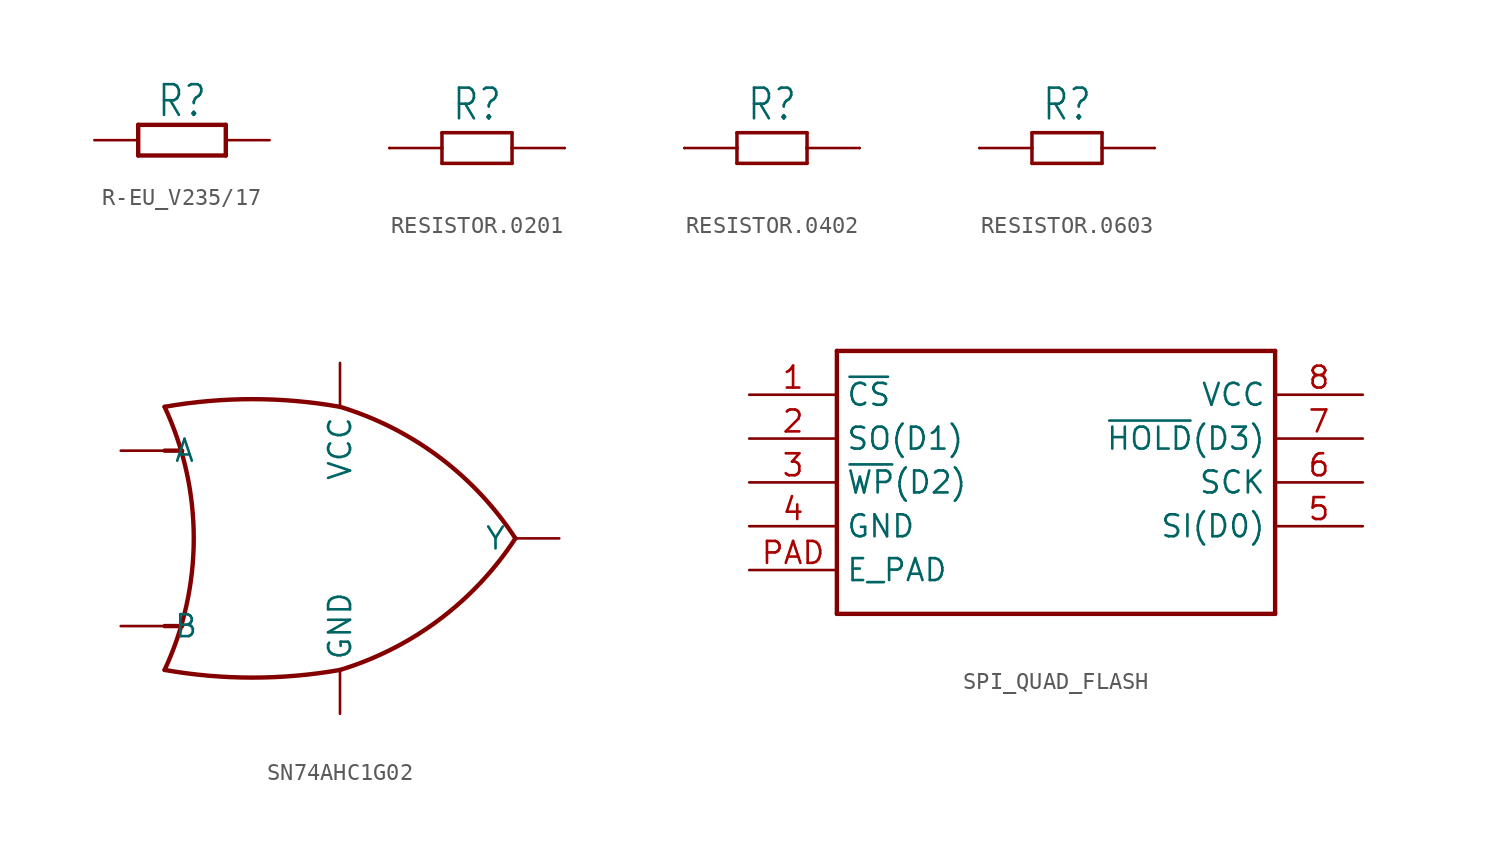
<source format=kicad_sym>
(kicad_symbol_lib
  (version 20220914)
  (generator kicad_symbol_editor)
  (symbol "R-EU_V235/17"
    (property "Reference" "R"
      (at 0 1.245 0)
      (effects (font (size 1.778 1.511)) (justify bottom)))
    (property "Value" ""
      (at 0 -1.27 0)
      (effects (font (size 1.778 1.511)) (justify top)))
    (property "ki_locked" ""
      (at 0 0 0)
      (effects (font (size 1.27 1.27))))
    (symbol "R-EU_V235/17_1_0"
      (polyline (pts (xy -2.54 -0.889) (xy -2.54 0.889)) (stroke (width 0.254) (type solid)) (fill (type none)))
      (polyline (pts (xy -2.54 -0.889) (xy 2.54 -0.889)) (stroke (width 0.254) (type solid)) (fill (type none)))
      (polyline (pts (xy 2.54 -0.889) (xy 2.54 0.889)) (stroke (width 0.254) (type solid)) (fill (type none)))
      (polyline (pts (xy 2.54 0.889) (xy -2.54 0.889)) (stroke (width 0.254) (type solid)) (fill (type none)))
      (pin passive line (at -5.08 0 0) (length 2.54) (name "1" (effects (font (size 0 0)))) (number "1" (effects (font (size 0 0)))))
      (pin passive line (at 5.08 0 180) (length 2.54) (name "2" (effects (font (size 0 0)))) (number "2" (effects (font (size 0 0)))))))
  (symbol "RESISTOR.0201"
    (property "Reference" "R"
      (at 0 2.54 0)
      (effects (font (size 1.778 1.511))))
    (property "Value" ""
      (at 0 -2.54 0)
      (effects (font (size 1.778 1.511))))
    (property "ki_locked" ""
      (at 0 0 0)
      (effects (font (size 1.27 1.27))))
    (symbol "RESISTOR.0201_1_0"
      (polyline (pts (xy -5.08 0) (xy -2.032 0)) (stroke (width 0.152) (type solid)) (fill (type none)))
      (polyline (pts (xy -2.032 -0.889) (xy -2.032 0)) (stroke (width 0.203) (type solid)) (fill (type none)))
      (polyline (pts (xy -2.032 0) (xy -2.032 0.889)) (stroke (width 0.203) (type solid)) (fill (type none)))
      (polyline (pts (xy -2.032 0.889) (xy 2.032 0.889)) (stroke (width 0.203) (type solid)) (fill (type none)))
      (polyline (pts (xy 2.032 -0.889) (xy -2.032 -0.889)) (stroke (width 0.203) (type solid)) (fill (type none)))
      (polyline (pts (xy 2.032 0) (xy 2.032 -0.889)) (stroke (width 0.203) (type solid)) (fill (type none)))
      (polyline (pts (xy 2.032 0) (xy 5.08 0)) (stroke (width 0.152) (type solid)) (fill (type none)))
      (polyline (pts (xy 2.032 0.889) (xy 2.032 0)) (stroke (width 0.203) (type solid)) (fill (type none)))
      (pin bidirectional line (at -5.08 0 0) (length 0) (name "1" (effects (font (size 0 0)))) (number "1" (effects (font (size 0 0)))))
      (pin bidirectional line (at 5.08 0 180) (length 0) (name "2" (effects (font (size 0 0)))) (number "2" (effects (font (size 0 0)))))))
  (symbol "RESISTOR.0402"
    (property "Reference" "R"
      (at 0 2.54 0)
      (effects (font (size 1.778 1.511))))
    (property "Value" ""
      (at 0 -2.54 0)
      (effects (font (size 1.778 1.511))))
    (property "ki_locked" ""
      (at 0 0 0)
      (effects (font (size 1.27 1.27))))
    (symbol "RESISTOR.0402_1_0"
      (polyline (pts (xy -5.08 0) (xy -2.032 0)) (stroke (width 0.152) (type solid)) (fill (type none)))
      (polyline (pts (xy -2.032 -0.889) (xy -2.032 0)) (stroke (width 0.203) (type solid)) (fill (type none)))
      (polyline (pts (xy -2.032 0) (xy -2.032 0.889)) (stroke (width 0.203) (type solid)) (fill (type none)))
      (polyline (pts (xy -2.032 0.889) (xy 2.032 0.889)) (stroke (width 0.203) (type solid)) (fill (type none)))
      (polyline (pts (xy 2.032 -0.889) (xy -2.032 -0.889)) (stroke (width 0.203) (type solid)) (fill (type none)))
      (polyline (pts (xy 2.032 0) (xy 2.032 -0.889)) (stroke (width 0.203) (type solid)) (fill (type none)))
      (polyline (pts (xy 2.032 0) (xy 5.08 0)) (stroke (width 0.152) (type solid)) (fill (type none)))
      (polyline (pts (xy 2.032 0.889) (xy 2.032 0)) (stroke (width 0.203) (type solid)) (fill (type none)))
      (pin bidirectional line (at -5.08 0 0) (length 0) (name "1" (effects (font (size 0 0)))) (number "1" (effects (font (size 0 0)))))
      (pin bidirectional line (at 5.08 0 180) (length 0) (name "2" (effects (font (size 0 0)))) (number "2" (effects (font (size 0 0)))))))
  (symbol "RESISTOR.0603"
    (property "Reference" "R"
      (at 0 2.54 0)
      (effects (font (size 1.778 1.511))))
    (property "Value" ""
      (at 0 -2.54 0)
      (effects (font (size 1.778 1.511))))
    (property "ki_locked" ""
      (at 0 0 0)
      (effects (font (size 1.27 1.27))))
    (symbol "RESISTOR.0603_1_0"
      (polyline (pts (xy -5.08 0) (xy -2.032 0)) (stroke (width 0.152) (type solid)) (fill (type none)))
      (polyline (pts (xy -2.032 -0.889) (xy -2.032 0)) (stroke (width 0.203) (type solid)) (fill (type none)))
      (polyline (pts (xy -2.032 0) (xy -2.032 0.889)) (stroke (width 0.203) (type solid)) (fill (type none)))
      (polyline (pts (xy -2.032 0.889) (xy 2.032 0.889)) (stroke (width 0.203) (type solid)) (fill (type none)))
      (polyline (pts (xy 2.032 -0.889) (xy -2.032 -0.889)) (stroke (width 0.203) (type solid)) (fill (type none)))
      (polyline (pts (xy 2.032 0) (xy 2.032 -0.889)) (stroke (width 0.203) (type solid)) (fill (type none)))
      (polyline (pts (xy 2.032 0) (xy 5.08 0)) (stroke (width 0.152) (type solid)) (fill (type none)))
      (polyline (pts (xy 2.032 0.889) (xy 2.032 0)) (stroke (width 0.203) (type solid)) (fill (type none)))
      (pin bidirectional line (at -5.08 0 0) (length 0) (name "1" (effects (font (size 0 0)))) (number "1" (effects (font (size 0 0)))))
      (pin bidirectional line (at 5.08 0 180) (length 0) (name "2" (effects (font (size 0 0)))) (number "2" (effects (font (size 0 0)))))))
  (symbol "SN74AHC1G02"
    (property "Reference" ""
      (at 0 0 0)
      (effects (font (size 1.27 1.27)) hide))
    (property "ki_locked" ""
      (at 0 0 0)
      (effects (font (size 1.27 1.27))))
    (symbol "SN74AHC1G02_1_0"
      (arc (start -20.32 -2.54) (mid -18.6307 5.08) (end -20.32 12.7) (stroke (width 0.254) (type solid)) (fill (type none)))
      (arc (start -20.32 -2.54) (mid -15.24 -2.9844) (end -10.16 -2.54) (stroke (width 0.254) (type solid)) (fill (type none)))
      (arc (start -10.1599 -2.54) (mid -4.4081 0.3743) (end 0 5.08) (stroke (width 0.254) (type solid)) (fill (type none)))
      (arc (start -10.16 12.7) (mid -15.24 13.1444) (end -20.32 12.7) (stroke (width 0.254) (type solid)) (fill (type none)))
      (polyline (pts (xy -20.32 0) (xy -19.304 0)) (stroke (width 0.254) (type solid)) (fill (type none)))
      (polyline (pts (xy -20.32 10.16) (xy -19.304 10.16)) (stroke (width 0.254) (type solid)) (fill (type none)))
      (arc (start 0 5.0801) (mid -4.4082 9.7858) (end -10.16 12.7) (stroke (width 0.254) (type solid)) (fill (type none)))
      (pin bidirectional line (at -22.86 10.16 0) (length 2.54) (name "A" (effects (font (size 1.27 1.27)))) (number "1" (effects (font (size 0 0)))))
      (pin bidirectional line (at -22.86 0 0) (length 2.54) (name "B" (effects (font (size 1.27 1.27)))) (number "2" (effects (font (size 0 0)))))
      (pin bidirectional line (at -10.16 -5.08 90) (length 2.54) (name "GND" (effects (font (size 1.27 1.27)))) (number "3" (effects (font (size 0 0)))))
      (pin bidirectional line (at 2.54 5.08 180) (length 2.54) (name "Y" (effects (font (size 1.27 1.27)))) (number "4" (effects (font (size 0 0)))))
      (pin bidirectional line (at -10.16 15.24 270) (length 2.54) (name "VCC" (effects (font (size 1.27 1.27)))) (number "5" (effects (font (size 0 0)))))))
  (symbol "SPI_QUAD_FLASH"
    (property "Reference" ""
      (at -12.7 8.382 0)
      (effects (font (size 2.54 2.159)) (justify left bottom) hide))
    (property "Value" ""
      (at -12.954 -8.128 0)
      (effects (font (size 2.54 2.159)) (justify left top)))
    (property "ki_locked" ""
      (at 0 0 0)
      (effects (font (size 1.27 1.27))))
    (symbol "SPI_QUAD_FLASH_1_0"
      (polyline (pts (xy -12.7 -7.62) (xy 12.7 -7.62)) (stroke (width 0.254) (type solid)) (fill (type none)))
      (polyline (pts (xy -12.7 7.62) (xy -12.7 -7.62)) (stroke (width 0.254) (type solid)) (fill (type none)))
      (polyline (pts (xy 12.7 -7.62) (xy 12.7 7.62)) (stroke (width 0.254) (type solid)) (fill (type none)))
      (polyline (pts (xy 12.7 7.62) (xy -12.7 7.62)) (stroke (width 0.254) (type solid)) (fill (type none)))
      (pin bidirectional line (at -17.78 5.08 0) (length 5.08) (name "~{CS}" (effects (font (size 1.27 1.27)))) (number "1" (effects (font (size 1.27 1.27)))))
      (pin bidirectional line (at -17.78 2.54 0) (length 5.08) (name "SO(D1)" (effects (font (size 1.27 1.27)))) (number "2" (effects (font (size 1.27 1.27)))))
      (pin bidirectional line (at -17.78 0 0) (length 5.08) (name "~{WP}(D2)" (effects (font (size 1.27 1.27)))) (number "3" (effects (font (size 1.27 1.27)))))
      (pin bidirectional line (at -17.78 -2.54 0) (length 5.08) (name "GND" (effects (font (size 1.27 1.27)))) (number "4" (effects (font (size 1.27 1.27)))))
      (pin bidirectional line (at 17.78 -2.54 180) (length 5.08) (name "SI(D0)" (effects (font (size 1.27 1.27)))) (number "5" (effects (font (size 1.27 1.27)))))
      (pin bidirectional line (at 17.78 0 180) (length 5.08) (name "SCK" (effects (font (size 1.27 1.27)))) (number "6" (effects (font (size 1.27 1.27)))))
      (pin bidirectional line (at 17.78 2.54 180) (length 5.08) (name "~{HOLD}(D3)" (effects (font (size 1.27 1.27)))) (number "7" (effects (font (size 1.27 1.27)))))
      (pin bidirectional line (at 17.78 5.08 180) (length 5.08) (name "VCC" (effects (font (size 1.27 1.27)))) (number "8" (effects (font (size 1.27 1.27)))))
      (pin bidirectional line (at -17.78 -5.08 0) (length 5.08) (name "E_PAD" (effects (font (size 1.27 1.27)))) (number "PAD" (effects (font (size 1.27 1.27))))))))
</source>
